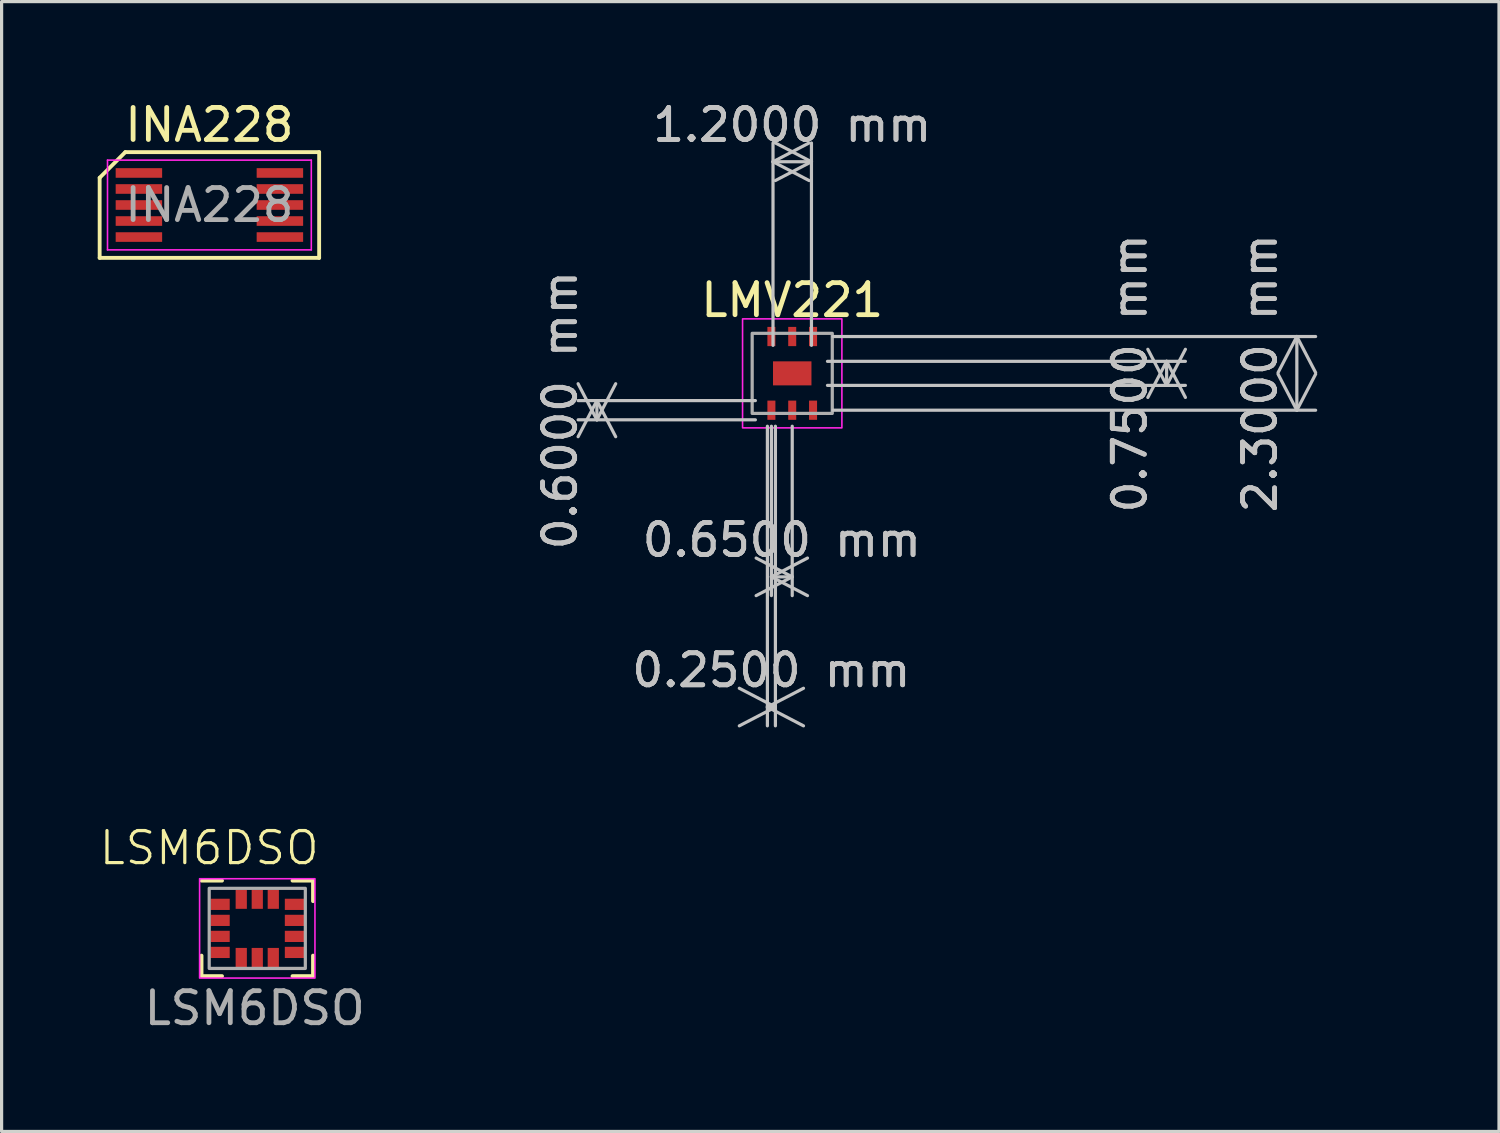
<source format=kicad_pcb>
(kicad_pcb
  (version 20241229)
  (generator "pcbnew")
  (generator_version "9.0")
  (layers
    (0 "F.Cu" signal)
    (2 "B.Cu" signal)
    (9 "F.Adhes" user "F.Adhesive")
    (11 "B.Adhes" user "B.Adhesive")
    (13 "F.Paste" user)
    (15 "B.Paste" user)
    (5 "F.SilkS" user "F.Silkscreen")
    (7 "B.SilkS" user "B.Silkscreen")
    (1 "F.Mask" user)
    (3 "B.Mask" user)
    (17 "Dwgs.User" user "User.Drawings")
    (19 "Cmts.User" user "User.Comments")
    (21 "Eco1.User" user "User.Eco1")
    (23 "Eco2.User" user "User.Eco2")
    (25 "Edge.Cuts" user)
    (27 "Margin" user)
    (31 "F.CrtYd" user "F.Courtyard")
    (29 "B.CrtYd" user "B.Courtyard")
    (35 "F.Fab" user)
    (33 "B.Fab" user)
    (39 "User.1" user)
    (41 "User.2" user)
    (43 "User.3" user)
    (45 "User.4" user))
  (footprint "INA228"
    (layer "F.Cu")
    (at 3.485 3.348)
    (property "Reference" "INA228" (at 0 -2.5 0) (layer "F.SilkS") (effects (font (size 1 1) (thickness 0.15))))
    (attr smd)
    (fp_line (start -3.425 -0.85) (end -2.625 -1.65) (stroke (width 0.12) (type default)) (layer "F.SilkS"))
    (fp_line (start -3.425 1.65) (end -3.425 -0.85) (stroke (width 0.12) (type default)) (layer "F.SilkS"))
    (fp_line (start -2.625 -1.65) (end 3.425 -1.65) (stroke (width 0.12) (type default)) (layer "F.SilkS"))
    (fp_line (start 3.425 -1.65) (end 3.425 1.65) (stroke (width 0.12) (type default)) (layer "F.SilkS"))
    (fp_line (start 3.425 1.65) (end -3.425 1.65) (stroke (width 0.12) (type default)) (layer "F.SilkS"))
    (fp_line (start -3.18 -1.4) (end 3.18 -1.4) (stroke (width 0.05) (type default)) (layer "F.CrtYd"))
    (fp_line (start -3.18 1.4) (end -3.18 -1.4) (stroke (width 0.05) (type default)) (layer "F.CrtYd"))
    (fp_line (start 3.18 -1.4) (end 3.18 1.4) (stroke (width 0.05) (type default)) (layer "F.CrtYd"))
    (fp_line (start 3.18 1.4) (end -3.18 1.4) (stroke (width 0.05) (type default)) (layer "F.CrtYd"))
    (fp_text user "${REFERENCE}" (at 0 0 0) (unlocked yes) (layer "F.Fab") (effects (font (size 1 1) (thickness 0.15))))
    (pad "1" smd rect (at -2.2 -1 270) (size 0.3 1.45) (layers "F.Cu" "F.Mask" "F.Paste"))
    (pad "2" smd rect (at -2.2 -0.5 270) (size 0.3 1.45) (layers "F.Cu" "F.Mask" "F.Paste"))
    (pad "3" smd rect (at -2.2 0 270) (size 0.3 1.45) (layers "F.Cu" "F.Mask" "F.Paste"))
    (pad "4" smd rect (at -2.2 0.5 270) (size 0.3 1.45) (layers "F.Cu" "F.Mask" "F.Paste"))
    (pad "5" smd rect (at -2.2 1 270) (size 0.3 1.45) (layers "F.Cu" "F.Mask" "F.Paste"))
    (pad "6" smd rect (at 2.2 1 270) (size 0.3 1.45) (layers "F.Cu" "F.Mask" "F.Paste"))
    (pad "7" smd rect (at 2.2 0.5 270) (size 0.3 1.45) (layers "F.Cu" "F.Mask" "F.Paste"))
    (pad "8" smd rect (at 2.2 0 270) (size 0.3 1.45) (layers "F.Cu" "F.Mask" "F.Paste"))
    (pad "9" smd rect (at 2.2 -0.5 270) (size 0.3 1.45) (layers "F.Cu" "F.Mask" "F.Paste"))
    (pad "10" smd rect (at 2.2 -1 270) (size 0.3 1.45) (layers "F.Cu" "F.Mask" "F.Paste")))
  (footprint "LSM6DSO"
    (layer "F.Cu")
    (at 3.479 25.913)
    (property "Reference" "LSM6DSO" (at 0 -2.5 0) (unlocked yes) (layer "F.SilkS") (effects (font (size 1 1) (thickness 0.1))))
    (attr smd)
    (fp_line (start -0.24 -1.48) (end 0.4 -1.48) (stroke (width 0.12) (type solid)) (layer "F.SilkS"))
    (fp_line (start -0.24 0.86) (end -0.24 1.5) (stroke (width 0.12) (type solid)) (layer "F.SilkS"))
    (fp_line (start -0.24 1.5) (end 0.4 1.5) (stroke (width 0.12) (type solid)) (layer "F.SilkS"))
    (fp_line (start 3.24 -1.48) (end 2.6 -1.48) (stroke (width 0.12) (type solid)) (layer "F.SilkS"))
    (fp_line (start 3.24 -0.84) (end 3.24 -1.48) (stroke (width 0.12) (type solid)) (layer "F.SilkS"))
    (fp_line (start 3.24 0.86) (end 3.24 1.5) (stroke (width 0.12) (type solid)) (layer "F.SilkS"))
    (fp_line (start 3.24 1.5) (end 2.6 1.5) (stroke (width 0.12) (type solid)) (layer "F.SilkS"))
    (fp_rect (start 3.3 -1.54) (end -0.3 1.56) (stroke (width 0.05) (type default)) (fill no) (layer "F.CrtYd"))
    (fp_rect (start 0 -1.24) (end 3 1.26) (stroke (width 0.1) (type default)) (fill no) (layer "F.Fab"))
    (fp_text user "${REFERENCE}" (at 1.42 2.5 0) (unlocked yes) (layer "F.Fab") (effects (font (size 1 1) (thickness 0.15))))
    (pad "1" smd rect (at 0.34 -0.74) (size 0.6 0.35) (layers "F.Cu" "F.Mask" "F.Paste"))
    (pad "2" smd rect (at 0.34 -0.24) (size 0.6 0.35) (layers "F.Cu" "F.Mask" "F.Paste"))
    (pad "3" smd rect (at 0.34 0.26) (size 0.6 0.35) (layers "F.Cu" "F.Mask" "F.Paste"))
    (pad "4" smd rect (at 0.34 0.76) (size 0.6 0.35) (layers "F.Cu" "F.Mask" "F.Paste"))
    (pad "5" smd rect (at 1 0.92 90) (size 0.6 0.35) (layers "F.Cu" "F.Mask" "F.Paste"))
    (pad "6" smd rect (at 1.5 0.92 90) (size 0.6 0.35) (layers "F.Cu" "F.Mask" "F.Paste"))
    (pad "7" smd rect (at 2 0.92 90) (size 0.6 0.35) (layers "F.Cu" "F.Mask" "F.Paste"))
    (pad "8" smd rect (at 2.66 0.76) (size 0.6 0.35) (layers "F.Cu" "F.Mask" "F.Paste"))
    (pad "9" smd rect (at 2.66 0.26) (size 0.6 0.35) (layers "F.Cu" "F.Mask" "F.Paste"))
    (pad "10" smd rect (at 2.66 -0.24) (size 0.6 0.35) (layers "F.Cu" "F.Mask" "F.Paste"))
    (pad "11" smd rect (at 2.66 -0.74) (size 0.6 0.35) (layers "F.Cu" "F.Mask" "F.Paste"))
    (pad "12" smd rect (at 2 -0.9 90) (size 0.6 0.35) (layers "F.Cu" "F.Mask" "F.Paste"))
    (pad "13" smd rect (at 1.5 -0.9 90) (size 0.6 0.35) (layers "F.Cu" "F.Mask" "F.Paste"))
    (pad "14" smd rect (at 1 -0.9 90) (size 0.6 0.35) (layers "F.Cu" "F.Mask" "F.Paste")))
  (footprint "LMV221"
    (layer "F.Cu")
    (at 21.674 8.602)
    (property "Reference" "LMV221" (at 0 -2.286 180) (layer "F.SilkS") (effects (font (size 1 1) (thickness 0.15))))
    (attr smd)
    (fp_rect (start -1.55 -1.7) (end 1.55 1.7) (stroke (width 0.05) (type default)) (fill no) (layer "F.CrtYd"))
    (fp_rect (start -1.25 -1.25) (end 1.25 1.25) (stroke (width 0.1) (type default)) (fill no) (layer "F.Fab"))
    (dimension (type aligned) (layer "Dwgs.User") (pts (xy 22.274 8.227) (xy 21.074 8.227)) (height 6.229) (format (prefix "") (suffix "") (units 3) (units_format 1) (precision 4)) (style (thickness 0.1) (arrow_length 1.27) (text_position_mode 0) (arrow_direction outward) (extension_height 0.586) (extension_offset 0.5) (keep_text_aligned yes)) (gr_text "1.2000 mm" (at 21.674 0.848 0) (layer "Dwgs.User") (effects (font (size 1 1) (thickness 0.15)))))
    (dimension (type aligned) (layer "Dwgs.User") (pts (xy 21.024 10.052) (xy 21.024 9.452)) (height -5.446) (format (prefix "") (suffix "") (units 3) (units_format 1) (precision 4)) (style (thickness 0.1) (arrow_length 1.27) (text_position_mode 0) (arrow_direction outward) (extension_height 0.586) (extension_offset 0.5) (keep_text_aligned yes)) (gr_text "0.6000 mm" (at 14.428 9.752 90) (layer "Dwgs.User") (effects (font (size 1 1) (thickness 0.15)))))
    (dimension (type aligned) (layer "Dwgs.User") (pts (xy 20.899 9.752) (xy 21.149 9.752)) (height 9.264) (format (prefix "") (suffix "") (units 3) (units_format 1) (precision 4)) (style (thickness 0.1) (arrow_length 1.27) (text_position_mode 0) (arrow_direction outward) (extension_height 0.586) (extension_offset 0.5) (keep_text_aligned yes)) (gr_text "0.2500 mm" (at 21.024 17.866 0) (layer "Dwgs.User") (effects (font (size 1 1) (thickness 0.15)))))
    (dimension (type aligned) (layer "Dwgs.User") (pts (xy 22.274 8.977) (xy 22.274 8.227)) (height 11.084) (format (prefix "") (suffix "") (units 3) (units_format 1) (precision 4)) (style (thickness 0.1) (arrow_length 1.27) (text_position_mode 0) (arrow_direction outward) (extension_height 0.586) (extension_offset 0.5) (keep_text_aligned yes)) (gr_text "0.7500 mm" (at 32.208 8.602 90) (layer "Dwgs.User") (effects (font (size 1 1) (thickness 0.15)))))
    (dimension (type aligned) (layer "Dwgs.User") (pts (xy 21.024 9.752) (xy 21.674 9.752)) (height 5.2) (format (prefix "") (suffix "") (units 3) (units_format 1) (precision 4)) (style (thickness 0.1) (arrow_length 1.27) (text_position_mode 0) (arrow_direction outward) (extension_height 0.586) (extension_offset 0.5) (keep_text_aligned yes)) (gr_text "0.6500 mm" (at 21.349 13.802 0) (layer "Dwgs.User") (effects (font (size 1 1) (thickness 0.15)))))
    (dimension (type aligned) (layer "Dwgs.User") (pts (xy 22.449 9.752) (xy 22.449 7.452)) (height 14.973) (format (prefix "") (suffix "") (units 3) (units_format 1) (precision 4)) (style (thickness 0.1) (arrow_length 1.27) (text_position_mode 0) (arrow_direction outward) (extension_height 0.586) (extension_offset 0.5) (keep_text_aligned yes)) (gr_text "2.3000 mm" (at 36.272 8.602 90) (layer "Dwgs.User") (effects (font (size 1 1) (thickness 0.15)))))
    (pad "1" smd rect (at -0.65 1.15) (size 0.25 0.6) (layers "F.Cu" "F.Mask" "F.Paste"))
    (pad "2" smd rect (at 0 1.15) (size 0.25 0.6) (layers "F.Cu" "F.Mask" "F.Paste"))
    (pad "3" smd rect (at 0.65 1.15) (size 0.25 0.6) (layers "F.Cu" "F.Mask" "F.Paste"))
    (pad "4" smd rect (at 0.65 -1.15) (size 0.25 0.6) (layers "F.Cu" "F.Mask" "F.Paste"))
    (pad "5" smd rect (at 0 -1.15) (size 0.25 0.6) (layers "F.Cu" "F.Mask" "F.Paste"))
    (pad "6" smd rect (at -0.65 -1.15) (size 0.25 0.6) (layers "F.Cu" "F.Mask" "F.Paste"))
    (pad "DAP" smd rect (at 0 0) (size 1.2 0.75) (layers "F.Cu" "F.Mask" "F.Paste")))
  (gr_rect
    (start -3 -3)
    (end 43.731 32.261)
    (stroke (width 0.1) (type default))
    (fill no)
    (layer "Edge.Cuts")))
</source>
